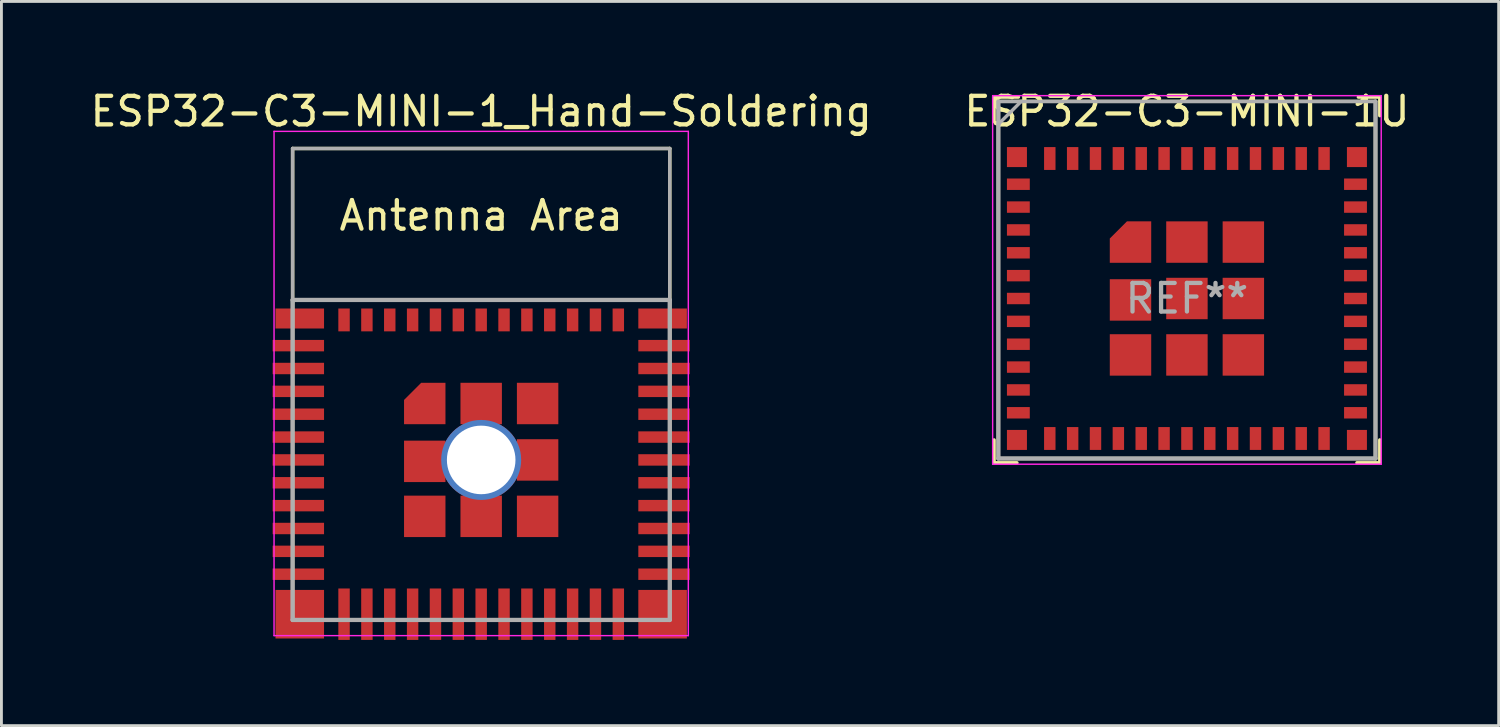
<source format=kicad_pcb>
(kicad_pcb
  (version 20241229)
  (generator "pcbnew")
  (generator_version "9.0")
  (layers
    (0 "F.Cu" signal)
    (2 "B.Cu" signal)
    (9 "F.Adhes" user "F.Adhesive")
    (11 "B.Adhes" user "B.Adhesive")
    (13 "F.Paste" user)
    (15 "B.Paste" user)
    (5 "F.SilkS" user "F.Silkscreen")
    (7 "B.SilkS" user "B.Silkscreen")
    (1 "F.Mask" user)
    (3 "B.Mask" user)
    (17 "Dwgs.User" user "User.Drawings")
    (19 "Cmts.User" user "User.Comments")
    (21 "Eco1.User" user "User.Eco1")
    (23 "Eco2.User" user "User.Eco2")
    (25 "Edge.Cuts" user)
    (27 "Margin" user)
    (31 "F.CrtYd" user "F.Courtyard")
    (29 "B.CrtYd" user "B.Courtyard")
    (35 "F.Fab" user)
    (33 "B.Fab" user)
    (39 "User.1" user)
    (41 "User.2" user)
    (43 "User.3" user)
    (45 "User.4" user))
  (footprint "ESP32-C3-MINI-1U"
    (layer "F.Cu")
    (at 38.494 7.398)
    (property "Reference" "ESP32-C3-MINI-1U" (at 0 -6.55 0) (layer "F.SilkS") (effects (font (size 1 1) (thickness 0.15))))
    (attr smd)
    (fp_line (start -6.75 -6.2) (end -6.75 -7.05) (stroke (width 0.12) (type solid)) (layer "F.SilkS"))
    (fp_line (start -6.75 4.95) (end -6.75 5.75) (stroke (width 0.12) (type solid)) (layer "F.SilkS"))
    (fp_line (start -6.75 5.75) (end -5.95 5.75) (stroke (width 0.12) (type solid)) (layer "F.SilkS"))
    (fp_line (start -6.6 -6.9) (end 6.6 -6.9) (stroke (width 0.12) (type solid)) (layer "F.SilkS"))
    (fp_line (start -6.6 5.6) (end -6.6 -6.9) (stroke (width 0.12) (type solid)) (layer "F.SilkS"))
    (fp_line (start -5.9 -7.05) (end -6.75 -7.05) (stroke (width 0.12) (type solid)) (layer "F.SilkS"))
    (fp_line (start 6 -7.05) (end 6.75 -7.05) (stroke (width 0.12) (type solid)) (layer "F.SilkS"))
    (fp_line (start 6.6 -6.9) (end 6.6 5.6) (stroke (width 0.12) (type solid)) (layer "F.SilkS"))
    (fp_line (start 6.6 5.6) (end -6.6 5.6) (stroke (width 0.12) (type solid)) (layer "F.SilkS"))
    (fp_line (start 6.75 -7.05) (end 6.75 -6.4) (stroke (width 0.12) (type solid)) (layer "F.SilkS"))
    (fp_line (start 6.75 4.95) (end 6.75 5.75) (stroke (width 0.12) (type solid)) (layer "F.SilkS"))
    (fp_line (start 6.75 5.75) (end 5.95 5.75) (stroke (width 0.12) (type solid)) (layer "F.SilkS"))
    (fp_line (start -6.8 -7.1) (end 6.8 -7.1) (stroke (width 0.05) (type solid)) (layer "F.CrtYd"))
    (fp_line (start -6.8 5.8) (end -6.8 -7.1) (stroke (width 0.05) (type solid)) (layer "F.CrtYd"))
    (fp_line (start 6.8 -7.1) (end 6.8 5.8) (stroke (width 0.05) (type solid)) (layer "F.CrtYd"))
    (fp_line (start 6.8 5.8) (end -6.8 5.8) (stroke (width 0.05) (type solid)) (layer "F.CrtYd"))
    (fp_line (start -6.6 -6.895) (end -6.6 5.6) (stroke (width 0.15) (type solid)) (layer "F.Fab"))
    (fp_line (start -6.6 5.6) (end 6.6 5.6) (stroke (width 0.15) (type solid)) (layer "F.Fab"))
    (fp_line (start -5.8 -6.9) (end -6.6 -6.1) (stroke (width 0.12) (type solid)) (layer "F.Fab"))
    (fp_line (start 6.6 -6.895) (end -6.6 -6.895) (stroke (width 0.12) (type solid)) (layer "F.Fab"))
    (fp_line (start 6.6 5.6) (end 6.6 -6.895) (stroke (width 0.15) (type solid)) (layer "F.Fab"))
    (fp_text user "REF**" (at 0 0 0) (layer "F.Fab") (effects (font (size 1 1) (thickness 0.15))))
    (pad "1" smd rect (at -5.9 -4 90) (size 0.4 0.8) (layers "F.Cu" "F.Mask" "F.Paste"))
    (pad "2" smd rect (at -5.9 -3.2 90) (size 0.4 0.8) (layers "F.Cu" "F.Mask" "F.Paste"))
    (pad "3" smd rect (at -5.9 -2.4 90) (size 0.4 0.8) (layers "F.Cu" "F.Mask" "F.Paste"))
    (pad "4" smd rect (at -5.9 -1.6 90) (size 0.4 0.8) (layers "F.Cu" "F.Mask" "F.Paste"))
    (pad "5" smd rect (at -5.9 -0.8 90) (size 0.4 0.8) (layers "F.Cu" "F.Mask" "F.Paste"))
    (pad "6" smd rect (at -5.9 0 90) (size 0.4 0.8) (layers "F.Cu" "F.Mask" "F.Paste"))
    (pad "7" smd rect (at -5.9 0.8 90) (size 0.4 0.8) (layers "F.Cu" "F.Mask" "F.Paste"))
    (pad "8" smd rect (at -5.9 1.6 90) (size 0.4 0.8) (layers "F.Cu" "F.Mask" "F.Paste"))
    (pad "9" smd rect (at -5.9 2.4 90) (size 0.4 0.8) (layers "F.Cu" "F.Mask" "F.Paste"))
    (pad "10" smd rect (at -5.9 3.2 90) (size 0.4 0.8) (layers "F.Cu" "F.Mask" "F.Paste"))
    (pad "11" smd rect (at -5.9 4 90) (size 0.4 0.8) (layers "F.Cu" "F.Mask" "F.Paste"))
    (pad "12" smd rect (at -4.8 4.9) (size 0.4 0.8) (layers "F.Cu" "F.Mask" "F.Paste"))
    (pad "13" smd rect (at -4 4.9) (size 0.4 0.8) (layers "F.Cu" "F.Mask" "F.Paste"))
    (pad "14" smd rect (at -3.2 4.9) (size 0.4 0.8) (layers "F.Cu" "F.Mask" "F.Paste"))
    (pad "15" smd rect (at -2.4 4.9) (size 0.4 0.8) (layers "F.Cu" "F.Mask" "F.Paste"))
    (pad "16" smd rect (at -1.6 4.9) (size 0.4 0.8) (layers "F.Cu" "F.Mask" "F.Paste"))
    (pad "17" smd rect (at -0.8 4.9) (size 0.4 0.8) (layers "F.Cu" "F.Mask" "F.Paste"))
    (pad "18" smd rect (at 0 4.9) (size 0.4 0.8) (layers "F.Cu" "F.Mask" "F.Paste"))
    (pad "19" smd rect (at 0.8 4.9) (size 0.4 0.8) (layers "F.Cu" "F.Mask" "F.Paste"))
    (pad "20" smd rect (at 1.6 4.9) (size 0.4 0.8) (layers "F.Cu" "F.Mask" "F.Paste"))
    (pad "21" smd rect (at 2.4 4.9) (size 0.4 0.8) (layers "F.Cu" "F.Mask" "F.Paste"))
    (pad "22" smd rect (at 3.2 4.9) (size 0.4 0.8) (layers "F.Cu" "F.Mask" "F.Paste"))
    (pad "23" smd rect (at 4 4.9) (size 0.4 0.8) (layers "F.Cu" "F.Mask" "F.Paste"))
    (pad "24" smd rect (at 4.8 4.9) (size 0.4 0.8) (layers "F.Cu" "F.Mask" "F.Paste"))
    (pad "25" smd rect (at 5.9 4 90) (size 0.4 0.8) (layers "F.Cu" "F.Mask" "F.Paste"))
    (pad "26" smd rect (at 5.9 3.2 90) (size 0.4 0.8) (layers "F.Cu" "F.Mask" "F.Paste"))
    (pad "27" smd rect (at 5.9 2.4 90) (size 0.4 0.8) (layers "F.Cu" "F.Mask" "F.Paste"))
    (pad "28" smd rect (at 5.9 1.6 90) (size 0.4 0.8) (layers "F.Cu" "F.Mask" "F.Paste"))
    (pad "29" smd rect (at 5.9 0.8 90) (size 0.4 0.8) (layers "F.Cu" "F.Mask" "F.Paste"))
    (pad "30" smd rect (at 5.9 0 90) (size 0.4 0.8) (layers "F.Cu" "F.Mask" "F.Paste"))
    (pad "31" smd rect (at 5.9 -0.8 90) (size 0.4 0.8) (layers "F.Cu" "F.Mask" "F.Paste"))
    (pad "32" smd rect (at 5.9 -1.6 90) (size 0.4 0.8) (layers "F.Cu" "F.Mask" "F.Paste"))
    (pad "33" smd rect (at 5.9 -2.4 90) (size 0.4 0.8) (layers "F.Cu" "F.Mask" "F.Paste"))
    (pad "34" smd rect (at 5.9 -3.2 90) (size 0.4 0.8) (layers "F.Cu" "F.Mask" "F.Paste"))
    (pad "35" smd rect (at 5.9 -4 90) (size 0.4 0.8) (layers "F.Cu" "F.Mask" "F.Paste"))
    (pad "36" smd rect (at -5.95 -4.95 90) (size 0.7 0.7) (layers "F.Cu" "F.Mask" "F.Paste"))
    (pad "36" smd rect (at -5.95 4.95 90) (size 0.7 0.7) (layers "F.Cu" "F.Mask" "F.Paste"))
    (pad "36" smd rect (at -4.8 -4.9) (size 0.4 0.8) (layers "F.Cu" "F.Mask" "F.Paste"))
    (pad "36" smd rect (at -4 -4.9) (size 0.4 0.8) (layers "F.Cu" "F.Mask" "F.Paste"))
    (pad "36" smd rect (at -3.2 -4.9) (size 0.4 0.8) (layers "F.Cu" "F.Mask" "F.Paste"))
    (pad "36" smd rect (at -2.4 -4.9) (size 0.4 0.8) (layers "F.Cu" "F.Mask" "F.Paste"))
    (pad "36" smd custom (at -1.975 -1.975) (size 0.8 0.8) (layers "F.Cu" "F.Mask" "F.Paste") (options (anchor rect)) (primitives (gr_poly (pts (xy 0.725 0.725) (xy -0.725 0.725) (xy -0.725 -0.125) (xy -0.125 -0.725) (xy 0.725 -0.725)) (width 0) (fill yes))))
    (pad "36" smd rect (at -1.975 0.05 90) (size 1.45 1.45) (layers "F.Cu" "F.Mask" "F.Paste"))
    (pad "36" smd rect (at -1.975 1.975 90) (size 1.45 1.45) (layers "F.Cu" "F.Mask" "F.Paste"))
    (pad "36" smd rect (at -1.6 -4.9) (size 0.4 0.8) (layers "F.Cu" "F.Mask" "F.Paste"))
    (pad "36" smd rect (at -0.8 -4.9) (size 0.4 0.8) (layers "F.Cu" "F.Mask" "F.Paste"))
    (pad "36" smd rect (at 0 -4.9) (size 0.4 0.8) (layers "F.Cu" "F.Mask" "F.Paste"))
    (pad "36" smd rect (at 0 -1.975 90) (size 1.45 1.45) (layers "F.Cu" "F.Mask" "F.Paste"))
    (pad "36" smd rect (at 0 0 90) (size 1.45 1.45) (layers "F.Cu" "F.Mask" "F.Paste"))
    (pad "36" smd rect (at 0 1.975 90) (size 1.45 1.45) (layers "F.Cu" "F.Mask" "F.Paste"))
    (pad "36" smd rect (at 0.8 -4.9) (size 0.4 0.8) (layers "F.Cu" "F.Mask" "F.Paste"))
    (pad "36" smd rect (at 1.6 -4.9) (size 0.4 0.8) (layers "F.Cu" "F.Mask" "F.Paste"))
    (pad "36" smd rect (at 1.975 -1.975 90) (size 1.45 1.45) (layers "F.Cu" "F.Mask" "F.Paste"))
    (pad "36" smd rect (at 1.975 0 90) (size 1.45 1.45) (layers "F.Cu" "F.Mask" "F.Paste"))
    (pad "36" smd rect (at 1.975 1.975 90) (size 1.45 1.45) (layers "F.Cu" "F.Mask" "F.Paste"))
    (pad "36" smd rect (at 2.4 -4.9) (size 0.4 0.8) (layers "F.Cu" "F.Mask" "F.Paste"))
    (pad "36" smd rect (at 3.2 -4.9) (size 0.4 0.8) (layers "F.Cu" "F.Mask" "F.Paste"))
    (pad "36" smd rect (at 4 -4.9) (size 0.4 0.8) (layers "F.Cu" "F.Mask" "F.Paste"))
    (pad "36" smd rect (at 4.8 -4.9) (size 0.4 0.8) (layers "F.Cu" "F.Mask" "F.Paste"))
    (pad "36" smd rect (at 5.95 -4.95 90) (size 0.7 0.7) (layers "F.Cu" "F.Mask" "F.Paste"))
    (pad "36" smd rect (at 5.95 4.95 90) (size 0.7 0.7) (layers "F.Cu" "F.Mask" "F.Paste")))
  (footprint "ESP32-C3-MINI-1_Hand-Soldering"
    (layer "F.Cu")
    (at 13.792 13.048)
    (property "Reference" "ESP32-C3-MINI-1_Hand-Soldering" (at 0 -12.2 0) (layer "F.SilkS") (effects (font (size 1 1) (thickness 0.15))))
    (attr smd)
    (fp_line (start -6.6 -10.9) (end 6.6 -10.9) (stroke (width 0.12) (type solid)) (layer "F.SilkS"))
    (fp_line (start -6.6 -5.6) (end 6.6 -5.6) (stroke (width 0.12) (type solid)) (layer "F.SilkS"))
    (fp_line (start -6.6 5.6) (end -6.6 -10.9) (stroke (width 0.12) (type solid)) (layer "F.SilkS"))
    (fp_line (start 6.6 -10.9) (end 6.6 5.6) (stroke (width 0.12) (type solid)) (layer "F.SilkS"))
    (fp_line (start 6.6 5.6) (end -6.6 5.6) (stroke (width 0.12) (type solid)) (layer "F.SilkS"))
    (fp_line (start -7.25 -11.5) (end 7.25 -11.5) (stroke (width 0.05) (type solid)) (layer "F.CrtYd"))
    (fp_line (start -7.25 6.15) (end -7.25 -11.5) (stroke (width 0.05) (type solid)) (layer "F.CrtYd"))
    (fp_line (start 7.25 -11.5) (end 7.25 6.15) (stroke (width 0.05) (type solid)) (layer "F.CrtYd"))
    (fp_line (start 7.25 6.15) (end -7.25 6.15) (stroke (width 0.05) (type solid)) (layer "F.CrtYd"))
    (fp_line (start -6.6 -5.595) (end -6.6 5.6) (stroke (width 0.15) (type solid)) (layer "F.Fab"))
    (fp_line (start -6.6 -5.5) (end -6.6 -10.9) (stroke (width 0.12) (type solid)) (layer "F.Fab"))
    (fp_line (start -6.6 5.6) (end 6.6 5.6) (stroke (width 0.15) (type solid)) (layer "F.Fab"))
    (fp_line (start 6.6 -10.9) (end -6.6 -10.9) (stroke (width 0.12) (type solid)) (layer "F.Fab"))
    (fp_line (start 6.6 -5.6) (end -6.6 -5.6) (stroke (width 0.15) (type solid)) (layer "F.Fab"))
    (fp_line (start 6.6 -5.5) (end 6.6 -10.9) (stroke (width 0.12) (type solid)) (layer "F.Fab"))
    (fp_line (start 6.6 5.6) (end 6.6 -5.595) (stroke (width 0.15) (type solid)) (layer "F.Fab"))
    (fp_text user "Antenna Area" (at 0 -8.55 0) (layer "F.SilkS") (effects (font (size 1 1) (thickness 0.15))))
    (pad "1" smd rect (at -6.4 -4 90) (size 0.4 1.8) (layers "F.Cu" "F.Mask" "F.Paste"))
    (pad "2" smd rect (at -6.4 -3.2 90) (size 0.4 1.8) (layers "F.Cu" "F.Mask" "F.Paste"))
    (pad "3" smd rect (at -6.4 -2.4 90) (size 0.4 1.8) (layers "F.Cu" "F.Mask" "F.Paste"))
    (pad "4" smd rect (at -6.4 -1.6 90) (size 0.4 1.8) (layers "F.Cu" "F.Mask" "F.Paste"))
    (pad "5" smd rect (at -6.4 -0.8 90) (size 0.4 1.8) (layers "F.Cu" "F.Mask" "F.Paste"))
    (pad "6" smd rect (at -6.4 0 90) (size 0.4 1.8) (layers "F.Cu" "F.Mask" "F.Paste"))
    (pad "7" smd rect (at -6.4 0.8 90) (size 0.4 1.8) (layers "F.Cu" "F.Mask" "F.Paste"))
    (pad "8" smd rect (at -6.4 1.6 90) (size 0.4 1.8) (layers "F.Cu" "F.Mask" "F.Paste"))
    (pad "9" smd rect (at -6.4 2.4 90) (size 0.4 1.8) (layers "F.Cu" "F.Mask" "F.Paste"))
    (pad "10" smd rect (at -6.4 3.2 90) (size 0.4 1.8) (layers "F.Cu" "F.Mask" "F.Paste"))
    (pad "11" smd rect (at -6.4 4 90) (size 0.4 1.8) (layers "F.Cu" "F.Mask" "F.Paste"))
    (pad "12" smd rect (at -4.8 5.4) (size 0.4 1.8) (layers "F.Cu" "F.Mask" "F.Paste"))
    (pad "13" smd rect (at -4 5.4) (size 0.4 1.8) (layers "F.Cu" "F.Mask" "F.Paste"))
    (pad "14" smd rect (at -3.2 5.4) (size 0.4 1.8) (layers "F.Cu" "F.Mask" "F.Paste"))
    (pad "15" smd rect (at -2.4 5.4) (size 0.4 1.8) (layers "F.Cu" "F.Mask" "F.Paste"))
    (pad "16" smd rect (at -1.6 5.4) (size 0.4 1.8) (layers "F.Cu" "F.Mask" "F.Paste"))
    (pad "17" smd rect (at -0.8 5.4) (size 0.4 1.8) (layers "F.Cu" "F.Mask" "F.Paste"))
    (pad "18" smd rect (at 0 5.4) (size 0.4 1.8) (layers "F.Cu" "F.Mask" "F.Paste"))
    (pad "19" smd rect (at 0.8 5.4) (size 0.4 1.8) (layers "F.Cu" "F.Mask" "F.Paste"))
    (pad "20" smd rect (at 1.6 5.4) (size 0.4 1.8) (layers "F.Cu" "F.Mask" "F.Paste"))
    (pad "21" smd rect (at 2.4 5.4) (size 0.4 1.8) (layers "F.Cu" "F.Mask" "F.Paste"))
    (pad "22" smd rect (at 3.2 5.4) (size 0.4 1.8) (layers "F.Cu" "F.Mask" "F.Paste"))
    (pad "23" smd rect (at 4 5.4) (size 0.4 1.8) (layers "F.Cu" "F.Mask" "F.Paste"))
    (pad "24" smd rect (at 4.8 5.4) (size 0.4 1.8) (layers "F.Cu" "F.Mask" "F.Paste"))
    (pad "25" smd rect (at 6.4 4 90) (size 0.4 1.8) (layers "F.Cu" "F.Mask" "F.Paste"))
    (pad "26" smd rect (at 6.4 3.2 90) (size 0.4 1.8) (layers "F.Cu" "F.Mask" "F.Paste"))
    (pad "27" smd rect (at 6.4 2.4 90) (size 0.4 1.8) (layers "F.Cu" "F.Mask" "F.Paste"))
    (pad "28" smd rect (at 6.4 1.6 90) (size 0.4 1.8) (layers "F.Cu" "F.Mask" "F.Paste"))
    (pad "29" smd rect (at 6.4 0.8 90) (size 0.4 1.8) (layers "F.Cu" "F.Mask" "F.Paste"))
    (pad "30" smd rect (at 6.4 0 90) (size 0.4 1.8) (layers "F.Cu" "F.Mask" "F.Paste"))
    (pad "31" smd rect (at 6.4 -0.8 90) (size 0.4 1.8) (layers "F.Cu" "F.Mask" "F.Paste"))
    (pad "32" smd rect (at 6.4 -1.6 90) (size 0.4 1.8) (layers "F.Cu" "F.Mask" "F.Paste"))
    (pad "33" smd rect (at 6.4 -2.4 90) (size 0.4 1.8) (layers "F.Cu" "F.Mask" "F.Paste"))
    (pad "34" smd rect (at 6.4 -3.2 90) (size 0.4 1.8) (layers "F.Cu" "F.Mask" "F.Paste"))
    (pad "35" smd rect (at 6.4 -4 90) (size 0.4 1.8) (layers "F.Cu" "F.Mask" "F.Paste"))
    (pad "36" smd rect (at -6.35 -4.95 90) (size 0.7 1.7) (layers "F.Cu" "F.Mask" "F.Paste"))
    (pad "36" smd rect (at -6.35 5.4 90) (size 1.7 1.7) (layers "F.Cu" "F.Mask" "F.Paste"))
    (pad "36" smd rect (at -4.8 -4.9) (size 0.4 0.8) (layers "F.Cu" "F.Mask" "F.Paste"))
    (pad "36" smd rect (at -4 -4.9) (size 0.4 0.8) (layers "F.Cu" "F.Mask" "F.Paste"))
    (pad "36" smd rect (at -3.2 -4.9) (size 0.4 0.8) (layers "F.Cu" "F.Mask" "F.Paste"))
    (pad "36" smd rect (at -2.4 -4.9) (size 0.4 0.8) (layers "F.Cu" "F.Mask" "F.Paste"))
    (pad "36" smd custom (at -1.975 -1.975) (size 0.8 0.8) (layers "F.Cu" "F.Mask" "F.Paste") (options (anchor rect)) (primitives (gr_poly (pts (xy -0.725 0.725) (xy 0.725 0.725) (xy 0.725 -0.725) (xy -0.125 -0.725) (xy -0.725 -0.125)) (width 0) (fill yes))))
    (pad "36" smd rect (at -1.975 0.05 90) (size 1.45 1.45) (layers "F.Cu" "F.Mask" "F.Paste"))
    (pad "36" smd rect (at -1.975 1.975 90) (size 1.45 1.45) (layers "F.Cu" "F.Mask" "F.Paste"))
    (pad "36" smd rect (at -1.6 -4.9) (size 0.4 0.8) (layers "F.Cu" "F.Mask" "F.Paste"))
    (pad "36" smd rect (at -0.8 -4.9) (size 0.4 0.8) (layers "F.Cu" "F.Mask" "F.Paste"))
    (pad "36" smd rect (at 0 -4.9) (size 0.4 0.8) (layers "F.Cu" "F.Mask" "F.Paste"))
    (pad "36" smd rect (at 0 -1.975 90) (size 1.45 1.45) (layers "F.Cu" "F.Mask" "F.Paste"))
    (pad "36" thru_hole circle (at 0 0 90) (size 2.8 2.8) (drill 2.4) (layers "*.Cu" "*.Mask"))
    (pad "36" smd rect (at 0 1.975 90) (size 1.45 1.45) (layers "F.Cu" "F.Mask" "F.Paste"))
    (pad "36" smd rect (at 0.8 -4.9) (size 0.4 0.8) (layers "F.Cu" "F.Mask" "F.Paste"))
    (pad "36" smd rect (at 1.6 -4.9) (size 0.4 0.8) (layers "F.Cu" "F.Mask" "F.Paste"))
    (pad "36" smd rect (at 1.975 -1.975 90) (size 1.45 1.45) (layers "F.Cu" "F.Mask" "F.Paste"))
    (pad "36" smd rect (at 1.975 0 90) (size 1.45 1.45) (layers "F.Cu" "F.Mask" "F.Paste"))
    (pad "36" smd rect (at 1.975 1.975 90) (size 1.45 1.45) (layers "F.Cu" "F.Mask" "F.Paste"))
    (pad "36" smd rect (at 2.4 -4.9) (size 0.4 0.8) (layers "F.Cu" "F.Mask" "F.Paste"))
    (pad "36" smd rect (at 3.2 -4.9) (size 0.4 0.8) (layers "F.Cu" "F.Mask" "F.Paste"))
    (pad "36" smd rect (at 4 -4.9) (size 0.4 0.8) (layers "F.Cu" "F.Mask" "F.Paste"))
    (pad "36" smd rect (at 4.8 -4.9) (size 0.4 0.8) (layers "F.Cu" "F.Mask" "F.Paste"))
    (pad "36" smd rect (at 6.35 -4.95 90) (size 0.7 1.7) (layers "F.Cu" "F.Mask" "F.Paste"))
    (pad "36" smd rect (at 6.35 5.4 90) (size 1.7 1.7) (layers "F.Cu" "F.Mask" "F.Paste")))
  (gr_rect
    (start -3 -3)
    (end 49.405 22.348)
    (stroke (width 0.1) (type default))
    (fill no)
    (layer "Edge.Cuts")))
</source>
